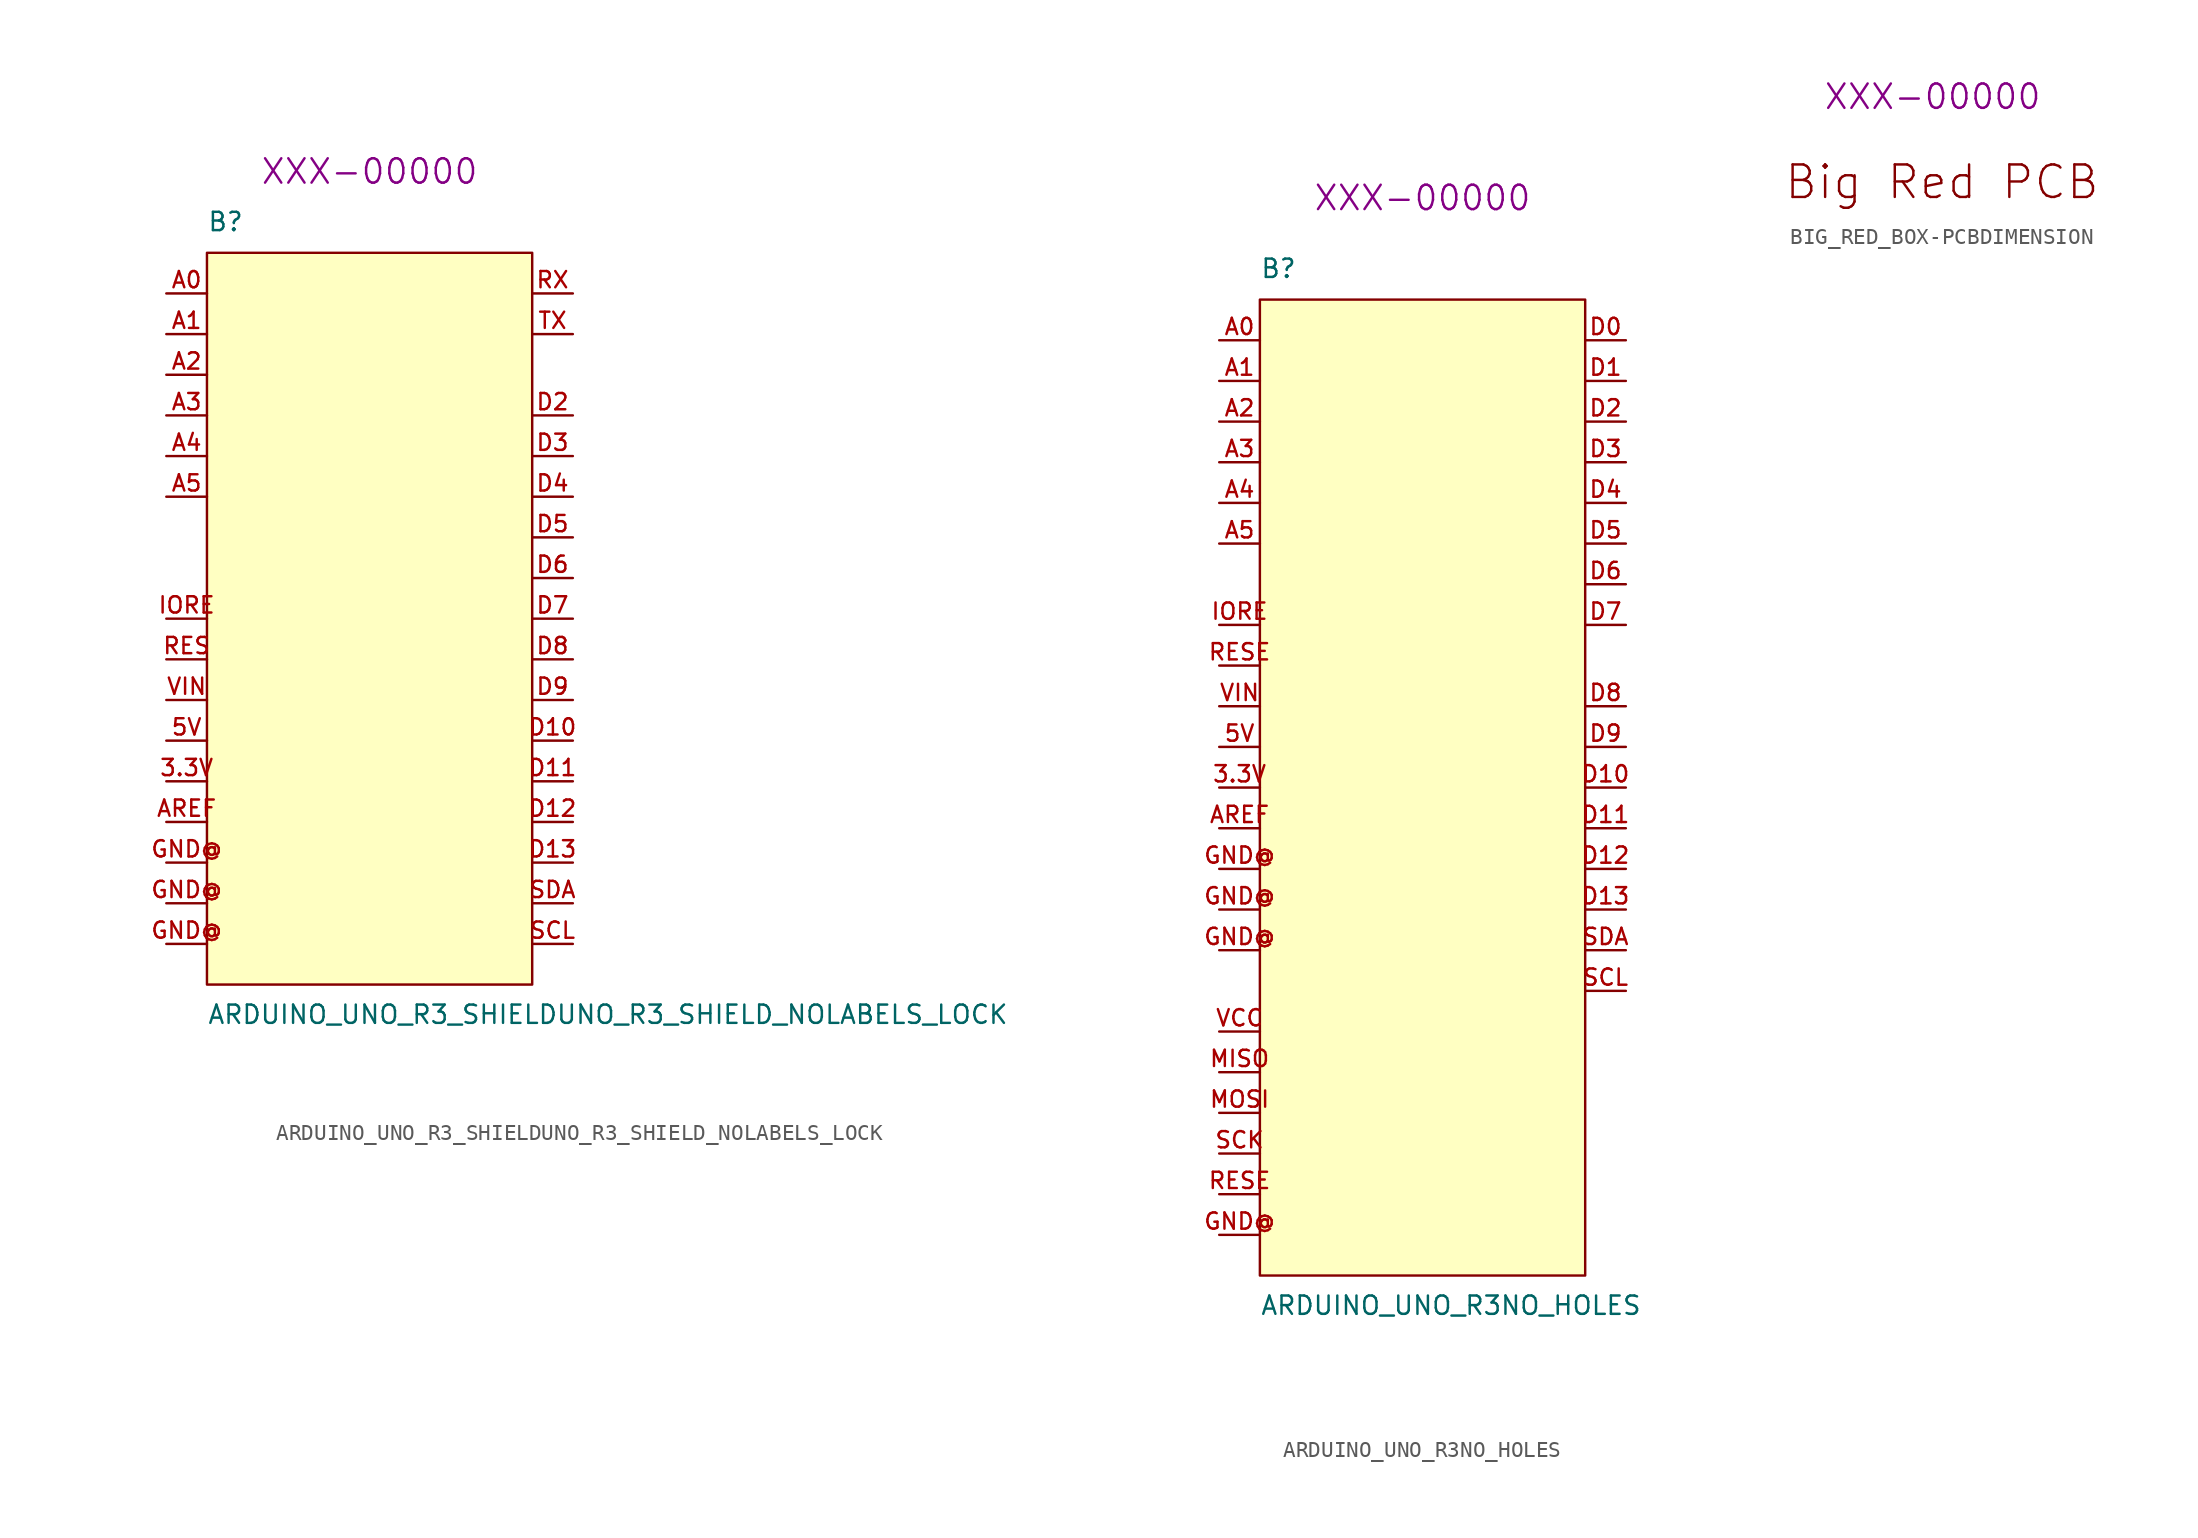
<source format=kicad_sym>
(kicad_symbol_lib
  (version 20220914)
  (generator kicad_symbol_editor)
  (symbol "ARDUINO_UNO_R3_SHIELDUNO_R3_SHIELD_NOLABELS_LOCK"
    (pin_names
      (offset 1.016) hide)
    (property "Reference" "B"
      (at -10.16 21.59 0)
      (effects (font (size 1.143 1.143)) (justify left bottom)))
    (property "Value" "ARDUINO_UNO_R3_SHIELDUNO_R3_SHIELD_NOLABELS_LOCK"
      (at -10.16 -27.94 0)
      (effects (font (size 1.143 1.143)) (justify left bottom)))
    (property "Field4" "XXX-00000"
      (at 0 25.4 0)
      (effects (font (size 1.524 1.524))))
    (property "ki_locked" ""
      (at 0 0 0)
      (effects (font (size 1.27 1.27))))
    (symbol "ARDUINO_UNO_R3_SHIELDUNO_R3_SHIELD_NOLABELS_LOCK_1_1"
      (polyline (pts (xy -10.16 -25.4) (xy -10.16 20.32) (xy 10.16 20.32) (xy 10.16 -25.4) (xy -10.16 -25.4)) (stroke (width 0) (type solid)) (fill (type background)))
      (pin bidirectional line (at -12.7 -12.7 0) (length 2.54) (name "3.3V" (effects (font (size 1.016 1.016)))) (number "3.3V" (effects (font (size 1.016 1.016)))))
      (pin bidirectional line (at -12.7 -10.16 0) (length 2.54) (name "5V" (effects (font (size 1.016 1.016)))) (number "5V" (effects (font (size 1.016 1.016)))))
      (pin bidirectional line (at -12.7 17.78 0) (length 2.54) (name "A0" (effects (font (size 1.016 1.016)))) (number "A0" (effects (font (size 1.016 1.016)))))
      (pin bidirectional line (at -12.7 15.24 0) (length 2.54) (name "A1" (effects (font (size 1.016 1.016)))) (number "A1" (effects (font (size 1.016 1.016)))))
      (pin bidirectional line (at -12.7 12.7 0) (length 2.54) (name "A2" (effects (font (size 1.016 1.016)))) (number "A2" (effects (font (size 1.016 1.016)))))
      (pin bidirectional line (at -12.7 10.16 0) (length 2.54) (name "A3" (effects (font (size 1.016 1.016)))) (number "A3" (effects (font (size 1.016 1.016)))))
      (pin bidirectional line (at -12.7 7.62 0) (length 2.54) (name "A4" (effects (font (size 1.016 1.016)))) (number "A4" (effects (font (size 1.016 1.016)))))
      (pin bidirectional line (at -12.7 5.08 0) (length 2.54) (name "A5" (effects (font (size 1.016 1.016)))) (number "A5" (effects (font (size 1.016 1.016)))))
      (pin bidirectional line (at -12.7 -15.24 0) (length 2.54) (name "AREF" (effects (font (size 1.016 1.016)))) (number "AREF" (effects (font (size 1.016 1.016)))))
      (pin bidirectional line (at 12.7 -10.16 180) (length 2.54) (name "*D10" (effects (font (size 1.016 1.016)))) (number "D10" (effects (font (size 1.016 1.016)))))
      (pin bidirectional line (at 12.7 -12.7 180) (length 2.54) (name "*D11" (effects (font (size 1.016 1.016)))) (number "D11" (effects (font (size 1.016 1.016)))))
      (pin bidirectional line (at 12.7 -15.24 180) (length 2.54) (name "D12" (effects (font (size 1.016 1.016)))) (number "D12" (effects (font (size 1.016 1.016)))))
      (pin bidirectional line (at 12.7 -17.78 180) (length 2.54) (name "D13" (effects (font (size 1.016 1.016)))) (number "D13" (effects (font (size 1.016 1.016)))))
      (pin bidirectional line (at 12.7 10.16 180) (length 2.54) (name "D2" (effects (font (size 1.016 1.016)))) (number "D2" (effects (font (size 1.016 1.016)))))
      (pin bidirectional line (at 12.7 7.62 180) (length 2.54) (name "*D3" (effects (font (size 1.016 1.016)))) (number "D3" (effects (font (size 1.016 1.016)))))
      (pin bidirectional line (at 12.7 5.08 180) (length 2.54) (name "D4" (effects (font (size 1.016 1.016)))) (number "D4" (effects (font (size 1.016 1.016)))))
      (pin bidirectional line (at 12.7 2.54 180) (length 2.54) (name "*D5" (effects (font (size 1.016 1.016)))) (number "D5" (effects (font (size 1.016 1.016)))))
      (pin bidirectional line (at 12.7 0 180) (length 2.54) (name "*D6" (effects (font (size 1.016 1.016)))) (number "D6" (effects (font (size 1.016 1.016)))))
      (pin bidirectional line (at 12.7 -2.54 180) (length 2.54) (name "D7" (effects (font (size 1.016 1.016)))) (number "D7" (effects (font (size 1.016 1.016)))))
      (pin bidirectional line (at 12.7 -5.08 180) (length 2.54) (name "D8" (effects (font (size 1.016 1.016)))) (number "D8" (effects (font (size 1.016 1.016)))))
      (pin bidirectional line (at 12.7 -7.62 180) (length 2.54) (name "*D9" (effects (font (size 1.016 1.016)))) (number "D9" (effects (font (size 1.016 1.016)))))
      (pin bidirectional line (at -12.7 -22.86 0) (length 2.54) (name "GND" (effects (font (size 1.016 1.016)))) (number "GND@" (effects (font (size 1.016 1.016)))))
      (pin bidirectional line (at -12.7 -20.32 0) (length 2.54) (name "GND" (effects (font (size 1.016 1.016)))) (number "GND@" (effects (font (size 1.016 1.016)))))
      (pin bidirectional line (at -12.7 -17.78 0) (length 2.54) (name "GND" (effects (font (size 1.016 1.016)))) (number "GND@" (effects (font (size 1.016 1.016)))))
      (pin bidirectional line (at -12.7 -2.54 0) (length 2.54) (name "IOREF" (effects (font (size 1.016 1.016)))) (number "IORE" (effects (font (size 1.016 1.016)))))
      (pin bidirectional line (at -12.7 -5.08 0) (length 2.54) (name "RES" (effects (font (size 1.016 1.016)))) (number "RES" (effects (font (size 1.016 1.016)))))
      (pin bidirectional line (at 12.7 17.78 180) (length 2.54) (name "RX" (effects (font (size 1.016 1.016)))) (number "RX" (effects (font (size 1.016 1.016)))))
      (pin bidirectional line (at 12.7 -22.86 180) (length 2.54) (name "SCL" (effects (font (size 1.016 1.016)))) (number "SCL" (effects (font (size 1.016 1.016)))))
      (pin bidirectional line (at 12.7 -20.32 180) (length 2.54) (name "SDA" (effects (font (size 1.016 1.016)))) (number "SDA" (effects (font (size 1.016 1.016)))))
      (pin bidirectional line (at 12.7 15.24 180) (length 2.54) (name "TX" (effects (font (size 1.016 1.016)))) (number "TX" (effects (font (size 1.016 1.016)))))
      (pin bidirectional line (at -12.7 -7.62 0) (length 2.54) (name "VIN" (effects (font (size 1.016 1.016)))) (number "VIN" (effects (font (size 1.016 1.016)))))))
  (symbol "ARDUINO_UNO_R3NO_HOLES"
    (pin_names
      (offset 1.016) hide)
    (property "Reference" "B"
      (at -10.16 31.75 0)
      (effects (font (size 1.143 1.143)) (justify left bottom)))
    (property "Value" "ARDUINO_UNO_R3NO_HOLES"
      (at -10.16 -33.02 0)
      (effects (font (size 1.143 1.143)) (justify left bottom)))
    (property "Field4" "XXX-00000"
      (at 0 36.83 0)
      (effects (font (size 1.524 1.524))))
    (property "ki_locked" ""
      (at 0 0 0)
      (effects (font (size 1.27 1.27))))
    (symbol "ARDUINO_UNO_R3NO_HOLES_1_1"
      (polyline (pts (xy -10.16 -30.48) (xy -10.16 30.48) (xy 10.16 30.48) (xy 10.16 -30.48) (xy -10.16 -30.48)) (stroke (width 0) (type solid)) (fill (type background)))
      (pin bidirectional line (at -12.7 0 0) (length 2.54) (name "3.3V" (effects (font (size 1.016 1.016)))) (number "3.3V" (effects (font (size 1.016 1.016)))))
      (pin bidirectional line (at -12.7 2.54 0) (length 2.54) (name "5V" (effects (font (size 1.016 1.016)))) (number "5V" (effects (font (size 1.016 1.016)))))
      (pin bidirectional line (at -12.7 27.94 0) (length 2.54) (name "A0" (effects (font (size 1.016 1.016)))) (number "A0" (effects (font (size 1.016 1.016)))))
      (pin bidirectional line (at -12.7 25.4 0) (length 2.54) (name "A1" (effects (font (size 1.016 1.016)))) (number "A1" (effects (font (size 1.016 1.016)))))
      (pin bidirectional line (at -12.7 22.86 0) (length 2.54) (name "A2" (effects (font (size 1.016 1.016)))) (number "A2" (effects (font (size 1.016 1.016)))))
      (pin bidirectional line (at -12.7 20.32 0) (length 2.54) (name "A3" (effects (font (size 1.016 1.016)))) (number "A3" (effects (font (size 1.016 1.016)))))
      (pin bidirectional line (at -12.7 17.78 0) (length 2.54) (name "A4" (effects (font (size 1.016 1.016)))) (number "A4" (effects (font (size 1.016 1.016)))))
      (pin bidirectional line (at -12.7 15.24 0) (length 2.54) (name "A5" (effects (font (size 1.016 1.016)))) (number "A5" (effects (font (size 1.016 1.016)))))
      (pin bidirectional line (at -12.7 -2.54 0) (length 2.54) (name "AREF" (effects (font (size 1.016 1.016)))) (number "AREF" (effects (font (size 1.016 1.016)))))
      (pin bidirectional line (at 12.7 27.94 180) (length 2.54) (name "D0" (effects (font (size 1.016 1.016)))) (number "D0" (effects (font (size 1.016 1.016)))))
      (pin bidirectional line (at 12.7 25.4 180) (length 2.54) (name "D1" (effects (font (size 1.016 1.016)))) (number "D1" (effects (font (size 1.016 1.016)))))
      (pin bidirectional line (at 12.7 0 180) (length 2.54) (name "*D10" (effects (font (size 1.016 1.016)))) (number "D10" (effects (font (size 1.016 1.016)))))
      (pin bidirectional line (at 12.7 -2.54 180) (length 2.54) (name "*D11" (effects (font (size 1.016 1.016)))) (number "D11" (effects (font (size 1.016 1.016)))))
      (pin bidirectional line (at 12.7 -5.08 180) (length 2.54) (name "D12" (effects (font (size 1.016 1.016)))) (number "D12" (effects (font (size 1.016 1.016)))))
      (pin bidirectional line (at 12.7 -7.62 180) (length 2.54) (name "D13" (effects (font (size 1.016 1.016)))) (number "D13" (effects (font (size 1.016 1.016)))))
      (pin bidirectional line (at 12.7 22.86 180) (length 2.54) (name "D2" (effects (font (size 1.016 1.016)))) (number "D2" (effects (font (size 1.016 1.016)))))
      (pin bidirectional line (at 12.7 20.32 180) (length 2.54) (name "*D3" (effects (font (size 1.016 1.016)))) (number "D3" (effects (font (size 1.016 1.016)))))
      (pin bidirectional line (at 12.7 17.78 180) (length 2.54) (name "D4" (effects (font (size 1.016 1.016)))) (number "D4" (effects (font (size 1.016 1.016)))))
      (pin bidirectional line (at 12.7 15.24 180) (length 2.54) (name "*D5" (effects (font (size 1.016 1.016)))) (number "D5" (effects (font (size 1.016 1.016)))))
      (pin bidirectional line (at 12.7 12.7 180) (length 2.54) (name "*D6" (effects (font (size 1.016 1.016)))) (number "D6" (effects (font (size 1.016 1.016)))))
      (pin bidirectional line (at 12.7 10.16 180) (length 2.54) (name "D7" (effects (font (size 1.016 1.016)))) (number "D7" (effects (font (size 1.016 1.016)))))
      (pin bidirectional line (at 12.7 5.08 180) (length 2.54) (name "D8" (effects (font (size 1.016 1.016)))) (number "D8" (effects (font (size 1.016 1.016)))))
      (pin bidirectional line (at 12.7 2.54 180) (length 2.54) (name "*D9" (effects (font (size 1.016 1.016)))) (number "D9" (effects (font (size 1.016 1.016)))))
      (pin bidirectional line (at -12.7 -27.94 0) (length 2.54) (name "GND" (effects (font (size 1.016 1.016)))) (number "GND@" (effects (font (size 1.016 1.016)))))
      (pin bidirectional line (at -12.7 -10.16 0) (length 2.54) (name "GND" (effects (font (size 1.016 1.016)))) (number "GND@" (effects (font (size 1.016 1.016)))))
      (pin bidirectional line (at -12.7 -7.62 0) (length 2.54) (name "GND" (effects (font (size 1.016 1.016)))) (number "GND@" (effects (font (size 1.016 1.016)))))
      (pin bidirectional line (at -12.7 -5.08 0) (length 2.54) (name "GND" (effects (font (size 1.016 1.016)))) (number "GND@" (effects (font (size 1.016 1.016)))))
      (pin bidirectional line (at -12.7 10.16 0) (length 2.54) (name "IOREF" (effects (font (size 1.016 1.016)))) (number "IORE" (effects (font (size 1.016 1.016)))))
      (pin bidirectional line (at -12.7 -17.78 0) (length 2.54) (name "MISO" (effects (font (size 1.016 1.016)))) (number "MISO" (effects (font (size 1.016 1.016)))))
      (pin bidirectional line (at -12.7 -20.32 0) (length 2.54) (name "MOSI" (effects (font (size 1.016 1.016)))) (number "MOSI" (effects (font (size 1.016 1.016)))))
      (pin bidirectional line (at -12.7 -25.4 0) (length 2.54) (name "~{RESET}" (effects (font (size 1.016 1.016)))) (number "RESE" (effects (font (size 1.016 1.016)))))
      (pin bidirectional line (at -12.7 7.62 0) (length 2.54) (name "~{RESET}" (effects (font (size 1.016 1.016)))) (number "RESE" (effects (font (size 1.016 1.016)))))
      (pin bidirectional line (at -12.7 -22.86 0) (length 2.54) (name "SCK" (effects (font (size 1.016 1.016)))) (number "SCK" (effects (font (size 1.016 1.016)))))
      (pin bidirectional line (at 12.7 -12.7 180) (length 2.54) (name "SCL" (effects (font (size 1.016 1.016)))) (number "SCL" (effects (font (size 1.016 1.016)))))
      (pin bidirectional line (at 12.7 -10.16 180) (length 2.54) (name "SDA" (effects (font (size 1.016 1.016)))) (number "SDA" (effects (font (size 1.016 1.016)))))
      (pin bidirectional line (at -12.7 -15.24 0) (length 2.54) (name "VCC" (effects (font (size 1.016 1.016)))) (number "VCC" (effects (font (size 1.016 1.016)))))
      (pin bidirectional line (at -12.7 5.08 0) (length 2.54) (name "VIN" (effects (font (size 1.016 1.016)))) (number "VIN" (effects (font (size 1.016 1.016)))))))
  (symbol "BIG_RED_BOX-PCBDIMENSION"
    (pin_numbers hide)
    (pin_names
      (offset 1.016) hide)
    (property "Reference" "B"
      (at 0 3.81 0)
      (effects (font (size 1.143 1.143)) hide))
    (property "Field4" "XXX-00000"
      (at 0 6.35 0)
      (effects (font (size 1.524 1.524))))
    (property "ki_locked" ""
      (at 0 0 0)
      (effects (font (size 1.27 1.27))))
    (symbol "BIG_RED_BOX-PCBDIMENSION_1_0"
      (text "Big Red PCB" (at 0.584 1.016 0) (effects (font (size 2.032 2.032)))))))
</source>
